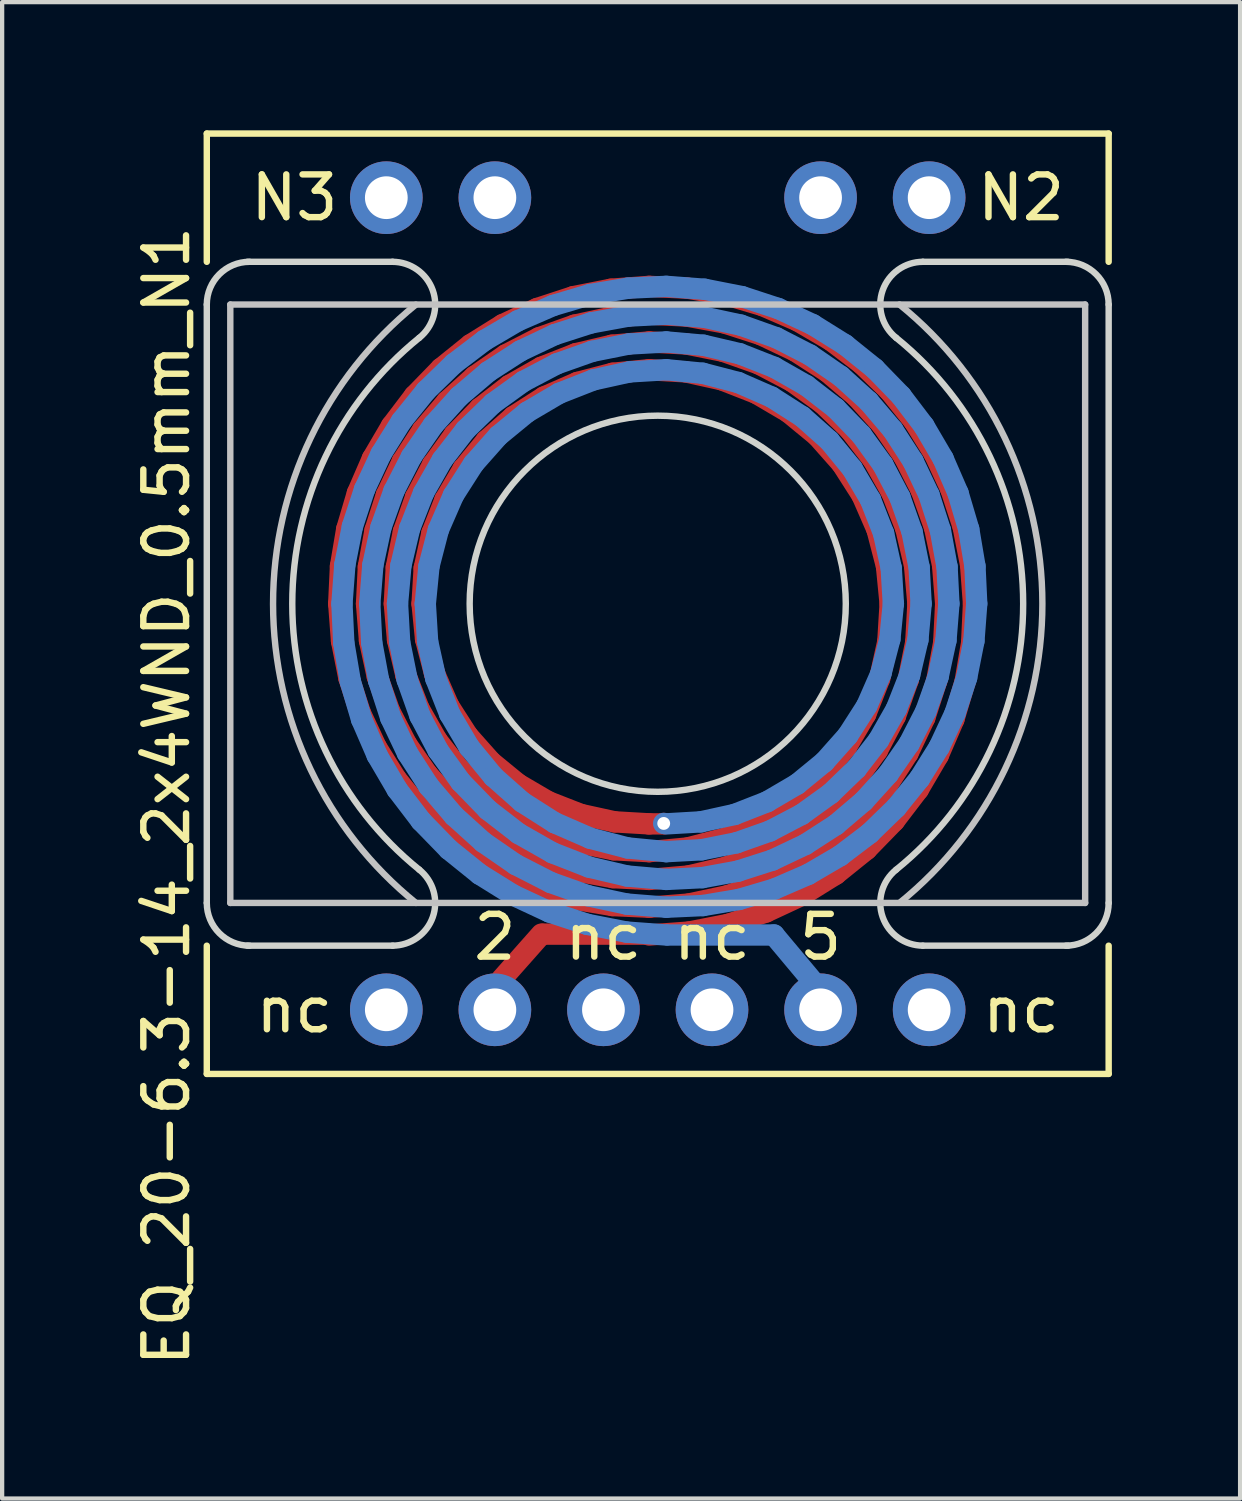
<source format=kicad_pcb>
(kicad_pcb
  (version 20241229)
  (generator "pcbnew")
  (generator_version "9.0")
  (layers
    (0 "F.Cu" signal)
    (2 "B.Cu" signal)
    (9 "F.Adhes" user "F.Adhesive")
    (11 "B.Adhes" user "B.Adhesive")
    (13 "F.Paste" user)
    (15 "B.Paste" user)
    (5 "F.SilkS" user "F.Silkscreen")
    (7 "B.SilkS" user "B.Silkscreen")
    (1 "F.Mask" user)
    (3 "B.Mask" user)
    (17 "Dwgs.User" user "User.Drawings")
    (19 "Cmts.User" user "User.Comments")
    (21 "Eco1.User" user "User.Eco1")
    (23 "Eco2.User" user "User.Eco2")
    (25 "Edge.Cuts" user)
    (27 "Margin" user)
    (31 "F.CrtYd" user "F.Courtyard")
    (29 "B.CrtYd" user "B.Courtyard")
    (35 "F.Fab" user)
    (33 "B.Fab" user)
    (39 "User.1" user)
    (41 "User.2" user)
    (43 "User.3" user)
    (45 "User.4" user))
  (footprint "EQ_20-6.3-14_2x4WND_0.5mm_N1"
    (layer "F.Cu")
    (at 12.338 11.075)
    (property "Reference" "EQ_20-6.3-14_2x4WND_0.5mm_N1" (at -11.49 4.5 90) (layer "F.SilkS") (effects (font (size 1 1) (thickness 0.15))))
    (attr through_hole)
    (fp_line (start -7.463 0) (end -7.422 -0.877) (stroke (width 0.5) (type solid)) (layer "F.Cu"))
    (fp_line (start -7.422 -0.877) (end -7.276 -1.744) (stroke (width 0.5) (type solid)) (layer "F.Cu"))
    (fp_line (start -7.397 0.874) (end -7.463 0) (stroke (width 0.5) (type solid)) (layer "F.Cu"))
    (fp_line (start -7.276 -1.744) (end -7.026 -2.589) (stroke (width 0.5) (type solid)) (layer "F.Cu"))
    (fp_line (start -7.227 1.732) (end -7.397 0.874) (stroke (width 0.5) (type solid)) (layer "F.Cu"))
    (fp_line (start -7.026 -2.589) (end -6.675 -3.398) (stroke (width 0.5) (type solid)) (layer "F.Cu"))
    (fp_line (start -6.955 2.562) (end -7.227 1.732) (stroke (width 0.5) (type solid)) (layer "F.Cu"))
    (fp_line (start -6.812 0) (end -6.769 -0.865) (stroke (width 0.5) (type solid)) (layer "F.Cu"))
    (fp_line (start -6.769 -0.865) (end -6.613 -1.718) (stroke (width 0.5) (type solid)) (layer "F.Cu"))
    (fp_line (start -6.743 0.861) (end -6.812 0) (stroke (width 0.5) (type solid)) (layer "F.Cu"))
    (fp_line (start -6.675 -3.398) (end -6.228 -4.161) (stroke (width 0.5) (type solid)) (layer "F.Cu"))
    (fp_line (start -6.613 -1.718) (end -6.347 -2.546) (stroke (width 0.5) (type solid)) (layer "F.Cu"))
    (fp_line (start -6.586 3.352) (end -6.955 2.562) (stroke (width 0.5) (type solid)) (layer "F.Cu"))
    (fp_line (start -6.561 1.704) (end -6.743 0.861) (stroke (width 0.5) (type solid)) (layer "F.Cu"))
    (fp_line (start -6.347 -2.546) (end -5.974 -3.333) (stroke (width 0.5) (type solid)) (layer "F.Cu"))
    (fp_line (start -6.272 2.515) (end -6.561 1.704) (stroke (width 0.5) (type solid)) (layer "F.Cu"))
    (fp_line (start -6.228 -4.161) (end -5.692 -4.866) (stroke (width 0.5) (type solid)) (layer "F.Cu"))
    (fp_line (start -6.162 0) (end -6.116 -0.851) (stroke (width 0.5) (type solid)) (layer "F.Cu"))
    (fp_line (start -6.125 4.09) (end -6.586 3.352) (stroke (width 0.5) (type solid)) (layer "F.Cu"))
    (fp_line (start -6.116 -0.851) (end -5.949 -1.688) (stroke (width 0.5) (type solid)) (layer "F.Cu"))
    (fp_line (start -6.087 0.846) (end -6.162 0) (stroke (width 0.5) (type solid)) (layer "F.Cu"))
    (fp_line (start -5.974 -3.333) (end -5.5 -4.067) (stroke (width 0.5) (type solid)) (layer "F.Cu"))
    (fp_line (start -5.949 -1.688) (end -5.664 -2.495) (stroke (width 0.5) (type solid)) (layer "F.Cu"))
    (fp_line (start -5.893 1.672) (end -6.087 0.846) (stroke (width 0.5) (type solid)) (layer "F.Cu"))
    (fp_line (start -5.88 3.279) (end -6.272 2.515) (stroke (width 0.5) (type solid)) (layer "F.Cu"))
    (fp_line (start -5.692 -4.866) (end -5.074 -5.502) (stroke (width 0.5) (type solid)) (layer "F.Cu"))
    (fp_line (start -5.664 -2.495) (end -5.266 -3.256) (stroke (width 0.5) (type solid)) (layer "F.Cu"))
    (fp_line (start -5.583 2.459) (end -5.893 1.672) (stroke (width 0.5) (type solid)) (layer "F.Cu"))
    (fp_line (start -5.58 4.766) (end -6.125 4.09) (stroke (width 0.5) (type solid)) (layer "F.Cu"))
    (fp_line (start -5.513 0) (end -5.463 -0.834) (stroke (width 0.5) (type solid)) (layer "F.Cu"))
    (fp_line (start -5.5 -4.067) (end -4.933 -4.733) (stroke (width 0.5) (type solid)) (layer "F.Cu"))
    (fp_line (start -5.463 -0.834) (end -5.283 -1.652) (stroke (width 0.5) (type solid)) (layer "F.Cu"))
    (fp_line (start -5.431 0.829) (end -5.513 0) (stroke (width 0.5) (type solid)) (layer "F.Cu"))
    (fp_line (start -5.392 3.984) (end -5.88 3.279) (stroke (width 0.5) (type solid)) (layer "F.Cu"))
    (fp_line (start -5.283 -1.652) (end -4.977 -2.434) (stroke (width 0.5) (type solid)) (layer "F.Cu"))
    (fp_line (start -5.266 -3.256) (end -4.762 -3.953) (stroke (width 0.5) (type solid)) (layer "F.Cu"))
    (fp_line (start -5.222 1.632) (end -5.431 0.829) (stroke (width 0.5) (type solid)) (layer "F.Cu"))
    (fp_line (start -5.166 3.192) (end -5.583 2.459) (stroke (width 0.5) (type solid)) (layer "F.Cu"))
    (fp_line (start -5.074 -5.502) (end -4.382 -6.059) (stroke (width 0.5) (type solid)) (layer "F.Cu"))
    (fp_line (start -4.977 -2.434) (end -4.55 -3.161) (stroke (width 0.5) (type solid)) (layer "F.Cu"))
    (fp_line (start -4.958 5.371) (end -5.58 4.766) (stroke (width 0.5) (type solid)) (layer "F.Cu"))
    (fp_line (start -4.933 -4.733) (end -4.283 -5.321) (stroke (width 0.5) (type solid)) (layer "F.Cu"))
    (fp_line (start -4.89 2.39) (end -5.222 1.632) (stroke (width 0.5) (type solid)) (layer "F.Cu"))
    (fp_line (start -4.818 4.618) (end -5.392 3.984) (stroke (width 0.5) (type solid)) (layer "F.Cu"))
    (fp_line (start -4.762 -3.953) (end -4.163 -4.573) (stroke (width 0.5) (type solid)) (layer "F.Cu"))
    (fp_line (start -4.65 3.856) (end -5.166 3.192) (stroke (width 0.5) (type solid)) (layer "F.Cu"))
    (fp_line (start -4.55 -3.161) (end -4.014 -3.814) (stroke (width 0.5) (type solid)) (layer "F.Cu"))
    (fp_line (start -4.445 3.084) (end -4.89 2.39) (stroke (width 0.5) (type solid)) (layer "F.Cu"))
    (fp_line (start -4.382 -6.059) (end -3.627 -6.53) (stroke (width 0.5) (type solid)) (layer "F.Cu"))
    (fp_line (start -4.283 -5.321) (end -3.56 -5.82) (stroke (width 0.5) (type solid)) (layer "F.Cu"))
    (fp_line (start -4.269 5.895) (end -4.958 5.371) (stroke (width 0.5) (type solid)) (layer "F.Cu"))
    (fp_line (start -4.168 5.171) (end -4.818 4.618) (stroke (width 0.5) (type solid)) (layer "F.Cu"))
    (fp_line (start -4.163 -4.573) (end -3.479 -5.103) (stroke (width 0.5) (type solid)) (layer "F.Cu"))
    (fp_line (start -4.047 4.439) (end -4.65 3.856) (stroke (width 0.5) (type solid)) (layer "F.Cu"))
    (fp_line (start -4.014 -3.814) (end -3.38 -4.377) (stroke (width 0.5) (type solid)) (layer "F.Cu"))
    (fp_line (start -3.899 3.699) (end -4.445 3.084) (stroke (width 0.5) (type solid)) (layer "F.Cu"))
    (fp_line (start -3.627 -6.53) (end -2.82 -6.907) (stroke (width 0.5) (type solid)) (layer "F.Cu"))
    (fp_line (start -3.56 -5.82) (end -2.777 -6.222) (stroke (width 0.5) (type solid)) (layer "F.Cu"))
    (fp_line (start -3.523 6.331) (end -4.269 5.895) (stroke (width 0.5) (type solid)) (layer "F.Cu"))
    (fp_line (start -3.479 -5.103) (end -2.726 -5.531) (stroke (width 0.5) (type solid)) (layer "F.Cu"))
    (fp_line (start -3.452 5.633) (end -4.168 5.171) (stroke (width 0.5) (type solid)) (layer "F.Cu"))
    (fp_line (start -3.38 -4.377) (end -2.663 -4.835) (stroke (width 0.5) (type solid)) (layer "F.Cu"))
    (fp_line (start -3.368 4.929) (end -4.047 4.439) (stroke (width 0.5) (type solid)) (layer "F.Cu"))
    (fp_line (start -3.265 4.219) (end -3.899 3.699) (stroke (width 0.5) (type solid)) (layer "F.Cu"))
    (fp_line (start -2.82 -6.907) (end -1.971 -7.185) (stroke (width 0.5) (type solid)) (layer "F.Cu"))
    (fp_line (start -2.777 -6.222) (end -1.946 -6.518) (stroke (width 0.5) (type solid)) (layer "F.Cu"))
    (fp_line (start -2.731 6.674) (end -3.523 6.331) (stroke (width 0.5) (type solid)) (layer "F.Cu"))
    (fp_line (start -2.726 -5.531) (end -1.917 -5.849) (stroke (width 0.5) (type solid)) (layer "F.Cu"))
    (fp_line (start -2.72 7.73) (end -3.65 8.78) (stroke (width 0.5) (type solid)) (layer "F.Cu"))
    (fp_line (start -2.684 5.997) (end -3.452 5.633) (stroke (width 0.5) (type solid)) (layer "F.Cu"))
    (fp_line (start -2.663 -4.835) (end -1.882 -5.176) (stroke (width 0.5) (type solid)) (layer "F.Cu"))
    (fp_line (start -2.628 5.316) (end -3.368 4.929) (stroke (width 0.5) (type solid)) (layer "F.Cu"))
    (fp_line (start -2.56 4.632) (end -3.265 4.219) (stroke (width 0.5) (type solid)) (layer "F.Cu"))
    (fp_line (start -1.971 -7.185) (end -1.093 -7.358) (stroke (width 0.5) (type solid)) (layer "F.Cu"))
    (fp_line (start -1.946 -6.518) (end -1.083 -6.704) (stroke (width 0.5) (type solid)) (layer "F.Cu"))
    (fp_line (start -1.917 -5.849) (end -1.07 -6.048) (stroke (width 0.5) (type solid)) (layer "F.Cu"))
    (fp_line (start -1.905 6.918) (end -2.731 6.674) (stroke (width 0.5) (type solid)) (layer "F.Cu"))
    (fp_line (start -1.882 -5.176) (end -1.054 -5.392) (stroke (width 0.5) (type solid)) (layer "F.Cu"))
    (fp_line (start -1.876 6.256) (end -2.684 5.997) (stroke (width 0.5) (type solid)) (layer "F.Cu"))
    (fp_line (start -1.842 5.593) (end -2.628 5.316) (stroke (width 0.5) (type solid)) (layer "F.Cu"))
    (fp_line (start -1.801 4.929) (end -2.56 4.632) (stroke (width 0.5) (type solid)) (layer "F.Cu"))
    (fp_line (start -1.093 -7.358) (end -0.2 -7.425) (stroke (width 0.5) (type solid)) (layer "F.Cu"))
    (fp_line (start -1.083 -6.704) (end -0.2 -6.775) (stroke (width 0.5) (type solid)) (layer "F.Cu"))
    (fp_line (start -1.07 -6.048) (end -0.2 -6.125) (stroke (width 0.5) (type solid)) (layer "F.Cu"))
    (fp_line (start -1.057 7.061) (end -1.905 6.918) (stroke (width 0.5) (type solid)) (layer "F.Cu"))
    (fp_line (start -1.054 -5.392) (end -0.2 -5.475) (stroke (width 0.5) (type solid)) (layer "F.Cu"))
    (fp_line (start -1.044 6.408) (end -1.876 6.256) (stroke (width 0.5) (type solid)) (layer "F.Cu"))
    (fp_line (start -1.028 5.756) (end -1.842 5.593) (stroke (width 0.5) (type solid)) (layer "F.Cu"))
    (fp_line (start -1.008 5.103) (end -1.801 4.929) (stroke (width 0.5) (type solid)) (layer "F.Cu"))
    (fp_line (start -0.22 7.73) (end -2.68 7.73) (stroke (width 0.5) (type solid)) (layer "F.Cu"))
    (fp_line (start -0.21 5.15) (end 0.14 5.15) (stroke (width 0.5) (type solid)) (layer "F.Cu"))
    (fp_line (start -0.2 -7.425) (end 0.696 -7.383) (stroke (width 0.5) (type solid)) (layer "F.Cu"))
    (fp_line (start -0.2 -6.775) (end 0.686 -6.73) (stroke (width 0.5) (type solid)) (layer "F.Cu"))
    (fp_line (start -0.2 -6.125) (end 0.674 -6.077) (stroke (width 0.5) (type solid)) (layer "F.Cu"))
    (fp_line (start -0.2 -5.475) (end 0.659 -5.424) (stroke (width 0.5) (type solid)) (layer "F.Cu"))
    (fp_line (start -0.2 5.15) (end -1.008 5.103) (stroke (width 0.5) (type solid)) (layer "F.Cu"))
    (fp_line (start -0.2 5.8) (end -1.028 5.756) (stroke (width 0.5) (type solid)) (layer "F.Cu"))
    (fp_line (start -0.2 6.45) (end -1.044 6.408) (stroke (width 0.5) (type solid)) (layer "F.Cu"))
    (fp_line (start -0.2 7.1) (end -1.057 7.061) (stroke (width 0.5) (type solid)) (layer "F.Cu"))
    (fp_line (start 0.659 -5.424) (end 1.502 -5.238) (stroke (width 0.5) (type solid)) (layer "F.Cu"))
    (fp_line (start 0.674 -6.077) (end 1.534 -5.905) (stroke (width 0.5) (type solid)) (layer "F.Cu"))
    (fp_line (start 0.686 -6.73) (end 1.561 -6.57) (stroke (width 0.5) (type solid)) (layer "F.Cu"))
    (fp_line (start 0.696 -7.383) (end 1.583 -7.234) (stroke (width 0.5) (type solid)) (layer "F.Cu"))
    (fp_line (start 0.705 5.713) (end -0.2 5.8) (stroke (width 0.5) (type solid)) (layer "F.Cu"))
    (fp_line (start 0.716 6.37) (end -0.2 6.45) (stroke (width 0.5) (type solid)) (layer "F.Cu"))
    (fp_line (start 0.725 7.026) (end -0.2 7.1) (stroke (width 0.5) (type solid)) (layer "F.Cu"))
    (fp_line (start 0.733 7.681) (end -0.2 7.75) (stroke (width 0.5) (type solid)) (layer "F.Cu"))
    (fp_line (start 1.502 -5.238) (end 2.308 -4.922) (stroke (width 0.5) (type solid)) (layer "F.Cu"))
    (fp_line (start 1.534 -5.905) (end 2.363 -5.612) (stroke (width 0.5) (type solid)) (layer "F.Cu"))
    (fp_line (start 1.561 -6.57) (end 2.408 -6.297) (stroke (width 0.5) (type solid)) (layer "F.Cu"))
    (fp_line (start 1.582 5.485) (end 0.705 5.713) (stroke (width 0.5) (type solid)) (layer "F.Cu"))
    (fp_line (start 1.583 -7.234) (end 2.446 -6.978) (stroke (width 0.5) (type solid)) (layer "F.Cu"))
    (fp_line (start 1.609 6.16) (end 0.716 6.37) (stroke (width 0.5) (type solid)) (layer "F.Cu"))
    (fp_line (start 1.631 6.832) (end 0.725 7.026) (stroke (width 0.5) (type solid)) (layer "F.Cu"))
    (fp_line (start 1.649 7.501) (end 0.733 7.681) (stroke (width 0.5) (type solid)) (layer "F.Cu"))
    (fp_line (start 2.308 -4.922) (end 3.056 -4.482) (stroke (width 0.5) (type solid)) (layer "F.Cu"))
    (fp_line (start 2.363 -5.612) (end 3.143 -5.202) (stroke (width 0.5) (type solid)) (layer "F.Cu"))
    (fp_line (start 2.408 -6.297) (end 3.215 -5.914) (stroke (width 0.5) (type solid)) (layer "F.Cu"))
    (fp_line (start 2.411 5.124) (end 1.582 5.485) (stroke (width 0.5) (type solid)) (layer "F.Cu"))
    (fp_line (start 2.446 -6.978) (end 3.274 -6.619) (stroke (width 0.5) (type solid)) (layer "F.Cu"))
    (fp_line (start 2.461 5.827) (end 1.609 6.16) (stroke (width 0.5) (type solid)) (layer "F.Cu"))
    (fp_line (start 2.502 6.522) (end 1.631 6.832) (stroke (width 0.5) (type solid)) (layer "F.Cu"))
    (fp_line (start 2.535 7.211) (end 1.649 7.501) (stroke (width 0.5) (type solid)) (layer "F.Cu"))
    (fp_line (start 3.056 -4.482) (end 3.729 -3.929) (stroke (width 0.5) (type solid)) (layer "F.Cu"))
    (fp_line (start 3.143 -5.202) (end 3.859 -4.685) (stroke (width 0.5) (type solid)) (layer "F.Cu"))
    (fp_line (start 3.171 4.64) (end 2.411 5.124) (stroke (width 0.5) (type solid)) (layer "F.Cu"))
    (fp_line (start 3.215 -5.914) (end 3.966 -5.429) (stroke (width 0.5) (type solid)) (layer "F.Cu"))
    (fp_line (start 3.255 5.376) (end 2.461 5.827) (stroke (width 0.5) (type solid)) (layer "F.Cu"))
    (fp_line (start 3.274 -6.619) (end 4.053 -6.162) (stroke (width 0.5) (type solid)) (layer "F.Cu"))
    (fp_line (start 3.323 6.102) (end 2.502 6.522) (stroke (width 0.5) (type solid)) (layer "F.Cu"))
    (fp_line (start 3.378 6.818) (end 2.535 7.211) (stroke (width 0.5) (type solid)) (layer "F.Cu"))
    (fp_line (start 3.729 -3.929) (end 4.308 -3.275) (stroke (width 0.5) (type solid)) (layer "F.Cu"))
    (fp_line (start 3.844 4.044) (end 3.171 4.64) (stroke (width 0.5) (type solid)) (layer "F.Cu"))
    (fp_line (start 3.859 -4.685) (end 4.496 -4.069) (stroke (width 0.5) (type solid)) (layer "F.Cu"))
    (fp_line (start 3.966 -5.429) (end 4.648 -4.848) (stroke (width 0.5) (type solid)) (layer "F.Cu"))
    (fp_line (start 3.975 4.819) (end 3.255 5.376) (stroke (width 0.5) (type solid)) (layer "F.Cu"))
    (fp_line (start 4.053 -6.162) (end 4.773 -5.614) (stroke (width 0.5) (type solid)) (layer "F.Cu"))
    (fp_line (start 4.081 5.579) (end 3.323 6.102) (stroke (width 0.5) (type solid)) (layer "F.Cu"))
    (fp_line (start 4.167 6.327) (end 3.378 6.818) (stroke (width 0.5) (type solid)) (layer "F.Cu"))
    (fp_line (start 4.308 -3.275) (end 4.78 -2.537) (stroke (width 0.5) (type solid)) (layer "F.Cu"))
    (fp_line (start 4.413 3.352) (end 3.844 4.044) (stroke (width 0.5) (type solid)) (layer "F.Cu"))
    (fp_line (start 4.496 -4.069) (end 5.04 -3.367) (stroke (width 0.5) (type solid)) (layer "F.Cu"))
    (fp_line (start 4.608 4.166) (end 3.975 4.819) (stroke (width 0.5) (type solid)) (layer "F.Cu"))
    (fp_line (start 4.648 -4.848) (end 5.25 -4.182) (stroke (width 0.5) (type solid)) (layer "F.Cu"))
    (fp_line (start 4.763 4.963) (end 4.081 5.579) (stroke (width 0.5) (type solid)) (layer "F.Cu"))
    (fp_line (start 4.773 -5.614) (end 5.423 -4.982) (stroke (width 0.5) (type solid)) (layer "F.Cu"))
    (fp_line (start 4.78 -2.537) (end 5.131 -1.732) (stroke (width 0.5) (type solid)) (layer "F.Cu"))
    (fp_line (start 4.866 2.582) (end 4.413 3.352) (stroke (width 0.5) (type solid)) (layer "F.Cu"))
    (fp_line (start 4.889 5.745) (end 4.167 6.327) (stroke (width 0.5) (type solid)) (layer "F.Cu"))
    (fp_line (start 5.04 -3.367) (end 5.479 -2.594) (stroke (width 0.5) (type solid)) (layer "F.Cu"))
    (fp_line (start 5.131 -1.732) (end 5.352 -0.879) (stroke (width 0.5) (type solid)) (layer "F.Cu"))
    (fp_line (start 5.139 3.431) (end 4.608 4.166) (stroke (width 0.5) (type solid)) (layer "F.Cu"))
    (fp_line (start 5.192 1.752) (end 4.866 2.582) (stroke (width 0.5) (type solid)) (layer "F.Cu"))
    (fp_line (start 5.25 -4.182) (end 5.761 -3.442) (stroke (width 0.5) (type solid)) (layer "F.Cu"))
    (fp_line (start 5.352 -0.879) (end 5.438 0) (stroke (width 0.5) (type solid)) (layer "F.Cu"))
    (fp_line (start 5.358 4.265) (end 4.763 4.963) (stroke (width 0.5) (type solid)) (layer "F.Cu"))
    (fp_line (start 5.384 0.884) (end 5.192 1.752) (stroke (width 0.5) (type solid)) (layer "F.Cu"))
    (fp_line (start 5.423 -4.982) (end 5.993 -4.275) (stroke (width 0.5) (type solid)) (layer "F.Cu"))
    (fp_line (start 5.438 0) (end 5.384 0.884) (stroke (width 0.5) (type solid)) (layer "F.Cu"))
    (fp_line (start 5.479 -2.594) (end 5.804 -1.763) (stroke (width 0.5) (type solid)) (layer "F.Cu"))
    (fp_line (start 5.535 5.081) (end 4.889 5.745) (stroke (width 0.5) (type solid)) (layer "F.Cu"))
    (fp_line (start 5.56 2.63) (end 5.139 3.431) (stroke (width 0.5) (type solid)) (layer "F.Cu"))
    (fp_line (start 5.761 -3.442) (end 6.172 -2.639) (stroke (width 0.5) (type solid)) (layer "F.Cu"))
    (fp_line (start 5.804 -1.763) (end 6.009 -0.893) (stroke (width 0.5) (type solid)) (layer "F.Cu"))
    (fp_line (start 5.855 3.496) (end 5.358 4.265) (stroke (width 0.5) (type solid)) (layer "F.Cu"))
    (fp_line (start 5.861 1.78) (end 5.56 2.63) (stroke (width 0.5) (type solid)) (layer "F.Cu"))
    (fp_line (start 5.993 -4.275) (end 6.474 -3.503) (stroke (width 0.5) (type solid)) (layer "F.Cu"))
    (fp_line (start 6.009 -0.893) (end 6.088 0) (stroke (width 0.5) (type solid)) (layer "F.Cu"))
    (fp_line (start 6.038 0.897) (end 5.861 1.78) (stroke (width 0.5) (type solid)) (layer "F.Cu"))
    (fp_line (start 6.088 0) (end 6.038 0.897) (stroke (width 0.5) (type solid)) (layer "F.Cu"))
    (fp_line (start 6.096 4.346) (end 5.535 5.081) (stroke (width 0.5) (type solid)) (layer "F.Cu"))
    (fp_line (start 6.172 -2.639) (end 6.475 -1.789) (stroke (width 0.5) (type solid)) (layer "F.Cu"))
    (fp_line (start 6.247 2.67) (end 5.855 3.496) (stroke (width 0.5) (type solid)) (layer "F.Cu"))
    (fp_line (start 6.474 -3.503) (end 6.859 -2.677) (stroke (width 0.5) (type solid)) (layer "F.Cu"))
    (fp_line (start 6.475 -1.789) (end 6.665 -0.904) (stroke (width 0.5) (type solid)) (layer "F.Cu"))
    (fp_line (start 6.527 1.803) (end 6.247 2.67) (stroke (width 0.5) (type solid)) (layer "F.Cu"))
    (fp_line (start 6.563 3.549) (end 6.096 4.346) (stroke (width 0.5) (type solid)) (layer "F.Cu"))
    (fp_line (start 6.665 -0.904) (end 6.737 0) (stroke (width 0.5) (type solid)) (layer "F.Cu"))
    (fp_line (start 6.692 0.907) (end 6.527 1.803) (stroke (width 0.5) (type solid)) (layer "F.Cu"))
    (fp_line (start 6.737 0) (end 6.692 0.907) (stroke (width 0.5) (type solid)) (layer "F.Cu"))
    (fp_line (start 6.859 -2.677) (end 7.143 -1.81) (stroke (width 0.5) (type solid)) (layer "F.Cu"))
    (fp_line (start 6.929 2.704) (end 6.563 3.549) (stroke (width 0.5) (type solid)) (layer "F.Cu"))
    (fp_line (start 7.143 -1.81) (end 7.32 -0.913) (stroke (width 0.5) (type solid)) (layer "F.Cu"))
    (fp_line (start 7.191 1.822) (end 6.929 2.704) (stroke (width 0.5) (type solid)) (layer "F.Cu"))
    (fp_line (start 7.32 -0.913) (end 7.388 0) (stroke (width 0.5) (type solid)) (layer "F.Cu"))
    (fp_line (start 7.345 0.916) (end 7.191 1.822) (stroke (width 0.5) (type solid)) (layer "F.Cu"))
    (fp_line (start 7.388 0) (end 7.345 0.916) (stroke (width 0.5) (type solid)) (layer "F.Cu"))
    (fp_line (start -7.388 0) (end -7.345 0.916) (stroke (width 0.5) (type solid)) (layer "B.Cu"))
    (fp_line (start -7.345 0.916) (end -7.191 1.822) (stroke (width 0.5) (type solid)) (layer "B.Cu"))
    (fp_line (start -7.32 -0.913) (end -7.388 0) (stroke (width 0.5) (type solid)) (layer "B.Cu"))
    (fp_line (start -7.191 1.822) (end -6.929 2.704) (stroke (width 0.5) (type solid)) (layer "B.Cu"))
    (fp_line (start -7.143 -1.81) (end -7.32 -0.913) (stroke (width 0.5) (type solid)) (layer "B.Cu"))
    (fp_line (start -6.929 2.704) (end -6.563 3.549) (stroke (width 0.5) (type solid)) (layer "B.Cu"))
    (fp_line (start -6.859 -2.677) (end -7.143 -1.81) (stroke (width 0.5) (type solid)) (layer "B.Cu"))
    (fp_line (start -6.737 0) (end -6.692 0.907) (stroke (width 0.5) (type solid)) (layer "B.Cu"))
    (fp_line (start -6.692 0.907) (end -6.527 1.803) (stroke (width 0.5) (type solid)) (layer "B.Cu"))
    (fp_line (start -6.665 -0.904) (end -6.737 0) (stroke (width 0.5) (type solid)) (layer "B.Cu"))
    (fp_line (start -6.563 3.549) (end -6.096 4.346) (stroke (width 0.5) (type solid)) (layer "B.Cu"))
    (fp_line (start -6.527 1.803) (end -6.247 2.67) (stroke (width 0.5) (type solid)) (layer "B.Cu"))
    (fp_line (start -6.475 -1.789) (end -6.665 -0.904) (stroke (width 0.5) (type solid)) (layer "B.Cu"))
    (fp_line (start -6.474 -3.503) (end -6.859 -2.677) (stroke (width 0.5) (type solid)) (layer "B.Cu"))
    (fp_line (start -6.247 2.67) (end -5.855 3.496) (stroke (width 0.5) (type solid)) (layer "B.Cu"))
    (fp_line (start -6.172 -2.639) (end -6.475 -1.789) (stroke (width 0.5) (type solid)) (layer "B.Cu"))
    (fp_line (start -6.096 4.346) (end -5.535 5.081) (stroke (width 0.5) (type solid)) (layer "B.Cu"))
    (fp_line (start -6.088 0) (end -6.038 0.897) (stroke (width 0.5) (type solid)) (layer "B.Cu"))
    (fp_line (start -6.038 0.897) (end -5.861 1.78) (stroke (width 0.5) (type solid)) (layer "B.Cu"))
    (fp_line (start -6.009 -0.893) (end -6.088 0) (stroke (width 0.5) (type solid)) (layer "B.Cu"))
    (fp_line (start -5.993 -4.275) (end -6.474 -3.503) (stroke (width 0.5) (type solid)) (layer "B.Cu"))
    (fp_line (start -5.861 1.78) (end -5.56 2.63) (stroke (width 0.5) (type solid)) (layer "B.Cu"))
    (fp_line (start -5.855 3.496) (end -5.358 4.265) (stroke (width 0.5) (type solid)) (layer "B.Cu"))
    (fp_line (start -5.804 -1.763) (end -6.009 -0.893) (stroke (width 0.5) (type solid)) (layer "B.Cu"))
    (fp_line (start -5.761 -3.442) (end -6.172 -2.639) (stroke (width 0.5) (type solid)) (layer "B.Cu"))
    (fp_line (start -5.56 2.63) (end -5.139 3.431) (stroke (width 0.5) (type solid)) (layer "B.Cu"))
    (fp_line (start -5.535 5.081) (end -4.889 5.745) (stroke (width 0.5) (type solid)) (layer "B.Cu"))
    (fp_line (start -5.479 -2.594) (end -5.804 -1.763) (stroke (width 0.5) (type solid)) (layer "B.Cu"))
    (fp_line (start -5.438 0) (end -5.384 0.884) (stroke (width 0.5) (type solid)) (layer "B.Cu"))
    (fp_line (start -5.423 -4.982) (end -5.993 -4.275) (stroke (width 0.5) (type solid)) (layer "B.Cu"))
    (fp_line (start -5.384 0.884) (end -5.192 1.752) (stroke (width 0.5) (type solid)) (layer "B.Cu"))
    (fp_line (start -5.358 4.265) (end -4.763 4.963) (stroke (width 0.5) (type solid)) (layer "B.Cu"))
    (fp_line (start -5.352 -0.879) (end -5.438 0) (stroke (width 0.5) (type solid)) (layer "B.Cu"))
    (fp_line (start -5.25 -4.182) (end -5.761 -3.442) (stroke (width 0.5) (type solid)) (layer "B.Cu"))
    (fp_line (start -5.192 1.752) (end -4.866 2.582) (stroke (width 0.5) (type solid)) (layer "B.Cu"))
    (fp_line (start -5.139 3.431) (end -4.608 4.166) (stroke (width 0.5) (type solid)) (layer "B.Cu"))
    (fp_line (start -5.131 -1.732) (end -5.352 -0.879) (stroke (width 0.5) (type solid)) (layer "B.Cu"))
    (fp_line (start -5.04 -3.367) (end -5.479 -2.594) (stroke (width 0.5) (type solid)) (layer "B.Cu"))
    (fp_line (start -4.889 5.745) (end -4.167 6.327) (stroke (width 0.5) (type solid)) (layer "B.Cu"))
    (fp_line (start -4.866 2.582) (end -4.413 3.352) (stroke (width 0.5) (type solid)) (layer "B.Cu"))
    (fp_line (start -4.78 -2.537) (end -5.131 -1.732) (stroke (width 0.5) (type solid)) (layer "B.Cu"))
    (fp_line (start -4.773 -5.614) (end -5.423 -4.982) (stroke (width 0.5) (type solid)) (layer "B.Cu"))
    (fp_line (start -4.763 4.963) (end -4.081 5.579) (stroke (width 0.5) (type solid)) (layer "B.Cu"))
    (fp_line (start -4.648 -4.848) (end -5.25 -4.182) (stroke (width 0.5) (type solid)) (layer "B.Cu"))
    (fp_line (start -4.608 4.166) (end -3.975 4.819) (stroke (width 0.5) (type solid)) (layer "B.Cu"))
    (fp_line (start -4.496 -4.069) (end -5.04 -3.367) (stroke (width 0.5) (type solid)) (layer "B.Cu"))
    (fp_line (start -4.413 3.352) (end -3.844 4.044) (stroke (width 0.5) (type solid)) (layer "B.Cu"))
    (fp_line (start -4.308 -3.275) (end -4.78 -2.537) (stroke (width 0.5) (type solid)) (layer "B.Cu"))
    (fp_line (start -4.167 6.327) (end -3.378 6.818) (stroke (width 0.5) (type solid)) (layer "B.Cu"))
    (fp_line (start -4.081 5.579) (end -3.323 6.102) (stroke (width 0.5) (type solid)) (layer "B.Cu"))
    (fp_line (start -4.053 -6.162) (end -4.773 -5.614) (stroke (width 0.5) (type solid)) (layer "B.Cu"))
    (fp_line (start -3.975 4.819) (end -3.255 5.376) (stroke (width 0.5) (type solid)) (layer "B.Cu"))
    (fp_line (start -3.966 -5.429) (end -4.648 -4.848) (stroke (width 0.5) (type solid)) (layer "B.Cu"))
    (fp_line (start -3.859 -4.685) (end -4.496 -4.069) (stroke (width 0.5) (type solid)) (layer "B.Cu"))
    (fp_line (start -3.844 4.044) (end -3.171 4.64) (stroke (width 0.5) (type solid)) (layer "B.Cu"))
    (fp_line (start -3.729 -3.929) (end -4.308 -3.275) (stroke (width 0.5) (type solid)) (layer "B.Cu"))
    (fp_line (start -3.378 6.818) (end -2.535 7.211) (stroke (width 0.5) (type solid)) (layer "B.Cu"))
    (fp_line (start -3.323 6.102) (end -2.502 6.522) (stroke (width 0.5) (type solid)) (layer "B.Cu"))
    (fp_line (start -3.274 -6.619) (end -4.053 -6.162) (stroke (width 0.5) (type solid)) (layer "B.Cu"))
    (fp_line (start -3.255 5.376) (end -2.461 5.827) (stroke (width 0.5) (type solid)) (layer "B.Cu"))
    (fp_line (start -3.215 -5.914) (end -3.966 -5.429) (stroke (width 0.5) (type solid)) (layer "B.Cu"))
    (fp_line (start -3.171 4.64) (end -2.411 5.124) (stroke (width 0.5) (type solid)) (layer "B.Cu"))
    (fp_line (start -3.143 -5.202) (end -3.859 -4.685) (stroke (width 0.5) (type solid)) (layer "B.Cu"))
    (fp_line (start -3.056 -4.482) (end -3.729 -3.929) (stroke (width 0.5) (type solid)) (layer "B.Cu"))
    (fp_line (start -2.535 7.211) (end -1.649 7.501) (stroke (width 0.5) (type solid)) (layer "B.Cu"))
    (fp_line (start -2.502 6.522) (end -1.631 6.832) (stroke (width 0.5) (type solid)) (layer "B.Cu"))
    (fp_line (start -2.461 5.827) (end -1.609 6.16) (stroke (width 0.5) (type solid)) (layer "B.Cu"))
    (fp_line (start -2.446 -6.978) (end -3.274 -6.619) (stroke (width 0.5) (type solid)) (layer "B.Cu"))
    (fp_line (start -2.411 5.124) (end -1.582 5.485) (stroke (width 0.5) (type solid)) (layer "B.Cu"))
    (fp_line (start -2.408 -6.297) (end -3.215 -5.914) (stroke (width 0.5) (type solid)) (layer "B.Cu"))
    (fp_line (start -2.363 -5.612) (end -3.143 -5.202) (stroke (width 0.5) (type solid)) (layer "B.Cu"))
    (fp_line (start -2.308 -4.922) (end -3.056 -4.482) (stroke (width 0.5) (type solid)) (layer "B.Cu"))
    (fp_line (start -1.649 7.501) (end -0.733 7.681) (stroke (width 0.5) (type solid)) (layer "B.Cu"))
    (fp_line (start -1.631 6.832) (end -0.725 7.026) (stroke (width 0.5) (type solid)) (layer "B.Cu"))
    (fp_line (start -1.609 6.16) (end -0.716 6.37) (stroke (width 0.5) (type solid)) (layer "B.Cu"))
    (fp_line (start -1.583 -7.234) (end -2.446 -6.978) (stroke (width 0.5) (type solid)) (layer "B.Cu"))
    (fp_line (start -1.582 5.485) (end -0.705 5.713) (stroke (width 0.5) (type solid)) (layer "B.Cu"))
    (fp_line (start -1.561 -6.57) (end -2.408 -6.297) (stroke (width 0.5) (type solid)) (layer "B.Cu"))
    (fp_line (start -1.534 -5.905) (end -2.363 -5.612) (stroke (width 0.5) (type solid)) (layer "B.Cu"))
    (fp_line (start -1.502 -5.238) (end -2.308 -4.922) (stroke (width 0.5) (type solid)) (layer "B.Cu"))
    (fp_line (start -0.733 7.681) (end 0.2 7.75) (stroke (width 0.5) (type solid)) (layer "B.Cu"))
    (fp_line (start -0.725 7.026) (end 0.2 7.1) (stroke (width 0.5) (type solid)) (layer "B.Cu"))
    (fp_line (start -0.716 6.37) (end 0.2 6.45) (stroke (width 0.5) (type solid)) (layer "B.Cu"))
    (fp_line (start -0.705 5.713) (end 0.2 5.8) (stroke (width 0.5) (type solid)) (layer "B.Cu"))
    (fp_line (start -0.696 -7.383) (end -1.583 -7.234) (stroke (width 0.5) (type solid)) (layer "B.Cu"))
    (fp_line (start -0.686 -6.73) (end -1.561 -6.57) (stroke (width 0.5) (type solid)) (layer "B.Cu"))
    (fp_line (start -0.674 -6.077) (end -1.534 -5.905) (stroke (width 0.5) (type solid)) (layer "B.Cu"))
    (fp_line (start -0.659 -5.424) (end -1.502 -5.238) (stroke (width 0.5) (type solid)) (layer "B.Cu"))
    (fp_line (start 0.2 -7.425) (end -0.696 -7.383) (stroke (width 0.5) (type solid)) (layer "B.Cu"))
    (fp_line (start 0.2 -6.775) (end -0.686 -6.73) (stroke (width 0.5) (type solid)) (layer "B.Cu"))
    (fp_line (start 0.2 -6.125) (end -0.674 -6.077) (stroke (width 0.5) (type solid)) (layer "B.Cu"))
    (fp_line (start 0.2 -5.475) (end -0.659 -5.424) (stroke (width 0.5) (type solid)) (layer "B.Cu"))
    (fp_line (start 0.2 5.15) (end 1.008 5.103) (stroke (width 0.5) (type solid)) (layer "B.Cu"))
    (fp_line (start 0.2 5.8) (end 1.028 5.756) (stroke (width 0.5) (type solid)) (layer "B.Cu"))
    (fp_line (start 0.2 6.45) (end 1.044 6.408) (stroke (width 0.5) (type solid)) (layer "B.Cu"))
    (fp_line (start 0.2 7.1) (end 1.057 7.061) (stroke (width 0.5) (type solid)) (layer "B.Cu"))
    (fp_line (start 0.24 7.75) (end 2.72 7.75) (stroke (width 0.5) (type solid)) (layer "B.Cu"))
    (fp_line (start 1.008 5.103) (end 1.801 4.929) (stroke (width 0.5) (type solid)) (layer "B.Cu"))
    (fp_line (start 1.028 5.756) (end 1.842 5.593) (stroke (width 0.5) (type solid)) (layer "B.Cu"))
    (fp_line (start 1.044 6.408) (end 1.876 6.256) (stroke (width 0.5) (type solid)) (layer "B.Cu"))
    (fp_line (start 1.054 -5.392) (end 0.2 -5.475) (stroke (width 0.5) (type solid)) (layer "B.Cu"))
    (fp_line (start 1.057 7.061) (end 1.905 6.918) (stroke (width 0.5) (type solid)) (layer "B.Cu"))
    (fp_line (start 1.07 -6.048) (end 0.2 -6.125) (stroke (width 0.5) (type solid)) (layer "B.Cu"))
    (fp_line (start 1.083 -6.704) (end 0.2 -6.775) (stroke (width 0.5) (type solid)) (layer "B.Cu"))
    (fp_line (start 1.093 -7.358) (end 0.2 -7.425) (stroke (width 0.5) (type solid)) (layer "B.Cu"))
    (fp_line (start 1.801 4.929) (end 2.56 4.632) (stroke (width 0.5) (type solid)) (layer "B.Cu"))
    (fp_line (start 1.842 5.593) (end 2.628 5.316) (stroke (width 0.5) (type solid)) (layer "B.Cu"))
    (fp_line (start 1.876 6.256) (end 2.684 5.997) (stroke (width 0.5) (type solid)) (layer "B.Cu"))
    (fp_line (start 1.882 -5.176) (end 1.054 -5.392) (stroke (width 0.5) (type solid)) (layer "B.Cu"))
    (fp_line (start 1.905 6.918) (end 2.731 6.674) (stroke (width 0.5) (type solid)) (layer "B.Cu"))
    (fp_line (start 1.917 -5.849) (end 1.07 -6.048) (stroke (width 0.5) (type solid)) (layer "B.Cu"))
    (fp_line (start 1.946 -6.518) (end 1.083 -6.704) (stroke (width 0.5) (type solid)) (layer "B.Cu"))
    (fp_line (start 1.971 -7.185) (end 1.093 -7.358) (stroke (width 0.5) (type solid)) (layer "B.Cu"))
    (fp_line (start 2.56 4.632) (end 3.265 4.219) (stroke (width 0.5) (type solid)) (layer "B.Cu"))
    (fp_line (start 2.628 5.316) (end 3.368 4.929) (stroke (width 0.5) (type solid)) (layer "B.Cu"))
    (fp_line (start 2.663 -4.835) (end 1.882 -5.176) (stroke (width 0.5) (type solid)) (layer "B.Cu"))
    (fp_line (start 2.684 5.997) (end 3.452 5.633) (stroke (width 0.5) (type solid)) (layer "B.Cu"))
    (fp_line (start 2.72 7.75) (end 3.59 8.79) (stroke (width 0.5) (type solid)) (layer "B.Cu"))
    (fp_line (start 2.726 -5.531) (end 1.917 -5.849) (stroke (width 0.5) (type solid)) (layer "B.Cu"))
    (fp_line (start 2.731 6.674) (end 3.523 6.331) (stroke (width 0.5) (type solid)) (layer "B.Cu"))
    (fp_line (start 2.777 -6.222) (end 1.946 -6.518) (stroke (width 0.5) (type solid)) (layer "B.Cu"))
    (fp_line (start 2.82 -6.907) (end 1.971 -7.185) (stroke (width 0.5) (type solid)) (layer "B.Cu"))
    (fp_line (start 3.265 4.219) (end 3.899 3.699) (stroke (width 0.5) (type solid)) (layer "B.Cu"))
    (fp_line (start 3.368 4.929) (end 4.047 4.439) (stroke (width 0.5) (type solid)) (layer "B.Cu"))
    (fp_line (start 3.38 -4.377) (end 2.663 -4.835) (stroke (width 0.5) (type solid)) (layer "B.Cu"))
    (fp_line (start 3.452 5.633) (end 4.168 5.171) (stroke (width 0.5) (type solid)) (layer "B.Cu"))
    (fp_line (start 3.479 -5.103) (end 2.726 -5.531) (stroke (width 0.5) (type solid)) (layer "B.Cu"))
    (fp_line (start 3.523 6.331) (end 4.269 5.895) (stroke (width 0.5) (type solid)) (layer "B.Cu"))
    (fp_line (start 3.56 -5.82) (end 2.777 -6.222) (stroke (width 0.5) (type solid)) (layer "B.Cu"))
    (fp_line (start 3.627 -6.53) (end 2.82 -6.907) (stroke (width 0.5) (type solid)) (layer "B.Cu"))
    (fp_line (start 3.899 3.699) (end 4.445 3.084) (stroke (width 0.5) (type solid)) (layer "B.Cu"))
    (fp_line (start 4.014 -3.814) (end 3.38 -4.377) (stroke (width 0.5) (type solid)) (layer "B.Cu"))
    (fp_line (start 4.047 4.439) (end 4.65 3.856) (stroke (width 0.5) (type solid)) (layer "B.Cu"))
    (fp_line (start 4.163 -4.573) (end 3.479 -5.103) (stroke (width 0.5) (type solid)) (layer "B.Cu"))
    (fp_line (start 4.168 5.171) (end 4.818 4.618) (stroke (width 0.5) (type solid)) (layer "B.Cu"))
    (fp_line (start 4.269 5.895) (end 4.958 5.371) (stroke (width 0.5) (type solid)) (layer "B.Cu"))
    (fp_line (start 4.283 -5.321) (end 3.56 -5.82) (stroke (width 0.5) (type solid)) (layer "B.Cu"))
    (fp_line (start 4.382 -6.059) (end 3.627 -6.53) (stroke (width 0.5) (type solid)) (layer "B.Cu"))
    (fp_line (start 4.445 3.084) (end 4.89 2.39) (stroke (width 0.5) (type solid)) (layer "B.Cu"))
    (fp_line (start 4.55 -3.161) (end 4.014 -3.814) (stroke (width 0.5) (type solid)) (layer "B.Cu"))
    (fp_line (start 4.65 3.856) (end 5.166 3.192) (stroke (width 0.5) (type solid)) (layer "B.Cu"))
    (fp_line (start 4.762 -3.953) (end 4.163 -4.573) (stroke (width 0.5) (type solid)) (layer "B.Cu"))
    (fp_line (start 4.818 4.618) (end 5.392 3.984) (stroke (width 0.5) (type solid)) (layer "B.Cu"))
    (fp_line (start 4.89 2.39) (end 5.222 1.632) (stroke (width 0.5) (type solid)) (layer "B.Cu"))
    (fp_line (start 4.933 -4.733) (end 4.283 -5.321) (stroke (width 0.5) (type solid)) (layer "B.Cu"))
    (fp_line (start 4.958 5.371) (end 5.58 4.766) (stroke (width 0.5) (type solid)) (layer "B.Cu"))
    (fp_line (start 4.977 -2.434) (end 4.55 -3.161) (stroke (width 0.5) (type solid)) (layer "B.Cu"))
    (fp_line (start 5.074 -5.502) (end 4.382 -6.059) (stroke (width 0.5) (type solid)) (layer "B.Cu"))
    (fp_line (start 5.166 3.192) (end 5.583 2.459) (stroke (width 0.5) (type solid)) (layer "B.Cu"))
    (fp_line (start 5.222 1.632) (end 5.431 0.829) (stroke (width 0.5) (type solid)) (layer "B.Cu"))
    (fp_line (start 5.266 -3.256) (end 4.762 -3.953) (stroke (width 0.5) (type solid)) (layer "B.Cu"))
    (fp_line (start 5.283 -1.652) (end 4.977 -2.434) (stroke (width 0.5) (type solid)) (layer "B.Cu"))
    (fp_line (start 5.392 3.984) (end 5.88 3.279) (stroke (width 0.5) (type solid)) (layer "B.Cu"))
    (fp_line (start 5.431 0.829) (end 5.513 0) (stroke (width 0.5) (type solid)) (layer "B.Cu"))
    (fp_line (start 5.463 -0.834) (end 5.283 -1.652) (stroke (width 0.5) (type solid)) (layer "B.Cu"))
    (fp_line (start 5.5 -4.067) (end 4.933 -4.733) (stroke (width 0.5) (type solid)) (layer "B.Cu"))
    (fp_line (start 5.513 0) (end 5.463 -0.834) (stroke (width 0.5) (type solid)) (layer "B.Cu"))
    (fp_line (start 5.58 4.766) (end 6.125 4.09) (stroke (width 0.5) (type solid)) (layer "B.Cu"))
    (fp_line (start 5.583 2.459) (end 5.893 1.672) (stroke (width 0.5) (type solid)) (layer "B.Cu"))
    (fp_line (start 5.664 -2.495) (end 5.266 -3.256) (stroke (width 0.5) (type solid)) (layer "B.Cu"))
    (fp_line (start 5.692 -4.866) (end 5.074 -5.502) (stroke (width 0.5) (type solid)) (layer "B.Cu"))
    (fp_line (start 5.88 3.279) (end 6.272 2.515) (stroke (width 0.5) (type solid)) (layer "B.Cu"))
    (fp_line (start 5.893 1.672) (end 6.087 0.846) (stroke (width 0.5) (type solid)) (layer "B.Cu"))
    (fp_line (start 5.949 -1.688) (end 5.664 -2.495) (stroke (width 0.5) (type solid)) (layer "B.Cu"))
    (fp_line (start 5.974 -3.333) (end 5.5 -4.067) (stroke (width 0.5) (type solid)) (layer "B.Cu"))
    (fp_line (start 6.087 0.846) (end 6.162 0) (stroke (width 0.5) (type solid)) (layer "B.Cu"))
    (fp_line (start 6.116 -0.851) (end 5.949 -1.688) (stroke (width 0.5) (type solid)) (layer "B.Cu"))
    (fp_line (start 6.125 4.09) (end 6.586 3.352) (stroke (width 0.5) (type solid)) (layer "B.Cu"))
    (fp_line (start 6.162 0) (end 6.116 -0.851) (stroke (width 0.5) (type solid)) (layer "B.Cu"))
    (fp_line (start 6.228 -4.161) (end 5.692 -4.866) (stroke (width 0.5) (type solid)) (layer "B.Cu"))
    (fp_line (start 6.272 2.515) (end 6.561 1.704) (stroke (width 0.5) (type solid)) (layer "B.Cu"))
    (fp_line (start 6.347 -2.546) (end 5.974 -3.333) (stroke (width 0.5) (type solid)) (layer "B.Cu"))
    (fp_line (start 6.561 1.704) (end 6.743 0.861) (stroke (width 0.5) (type solid)) (layer "B.Cu"))
    (fp_line (start 6.586 3.352) (end 6.955 2.562) (stroke (width 0.5) (type solid)) (layer "B.Cu"))
    (fp_line (start 6.613 -1.718) (end 6.347 -2.546) (stroke (width 0.5) (type solid)) (layer "B.Cu"))
    (fp_line (start 6.675 -3.398) (end 6.228 -4.161) (stroke (width 0.5) (type solid)) (layer "B.Cu"))
    (fp_line (start 6.743 0.861) (end 6.812 0) (stroke (width 0.5) (type solid)) (layer "B.Cu"))
    (fp_line (start 6.769 -0.865) (end 6.613 -1.718) (stroke (width 0.5) (type solid)) (layer "B.Cu"))
    (fp_line (start 6.812 0) (end 6.769 -0.865) (stroke (width 0.5) (type solid)) (layer "B.Cu"))
    (fp_line (start 6.955 2.562) (end 7.227 1.732) (stroke (width 0.5) (type solid)) (layer "B.Cu"))
    (fp_line (start 7.026 -2.589) (end 6.675 -3.398) (stroke (width 0.5) (type solid)) (layer "B.Cu"))
    (fp_line (start 7.227 1.732) (end 7.397 0.874) (stroke (width 0.5) (type solid)) (layer "B.Cu"))
    (fp_line (start 7.276 -1.744) (end 7.026 -2.589) (stroke (width 0.5) (type solid)) (layer "B.Cu"))
    (fp_line (start 7.397 0.874) (end 7.463 0) (stroke (width 0.5) (type solid)) (layer "B.Cu"))
    (fp_line (start 7.422 -0.877) (end 7.276 -1.744) (stroke (width 0.5) (type solid)) (layer "B.Cu"))
    (fp_line (start 7.463 0) (end 7.422 -0.877) (stroke (width 0.5) (type solid)) (layer "B.Cu"))
    (fp_line (start -10.55 -11) (end 10.55 -11) (stroke (width 0.15) (type solid)) (layer "F.SilkS"))
    (fp_line (start -10.55 -8) (end -10.55 -11) (stroke (width 0.15) (type solid)) (layer "F.SilkS"))
    (fp_line (start -10.55 8) (end -10.55 11) (stroke (width 0.15) (type solid)) (layer "F.SilkS"))
    (fp_line (start -10.55 11) (end 10.55 11) (stroke (width 0.15) (type solid)) (layer "F.SilkS"))
    (fp_line (start 10.55 -11) (end 10.55 -8) (stroke (width 0.15) (type solid)) (layer "F.SilkS"))
    (fp_line (start 10.55 8) (end 10.55 11) (stroke (width 0.15) (type solid)) (layer "F.SilkS"))
    (fp_line (start -10 -7) (end 10 -7) (stroke (width 0.15) (type solid)) (layer "Dwgs.User"))
    (fp_line (start -10 7) (end -10 -7) (stroke (width 0.15) (type solid)) (layer "Dwgs.User"))
    (fp_line (start 10 7) (end -10 7) (stroke (width 0.15) (type solid)) (layer "Dwgs.User"))
    (fp_line (start 10 7) (end 10 -7) (stroke (width 0.15) (type solid)) (layer "Dwgs.User"))
    (fp_arc (start -5.656 7) (mid -8.999463 0.001852) (end -5.65888 -6.997672) (stroke (width 0.15) (type solid)) (layer "Dwgs.User"))
    (fp_arc (start 5.656 -7) (mid 8.999463 -0.001852) (end 5.65888 6.997672) (stroke (width 0.15) (type solid)) (layer "Dwgs.User"))
    (fp_line (start -10.55 7) (end -10.55 -7) (stroke (width 0.15) (type solid)) (layer "Edge.Cuts"))
    (fp_line (start -9.6 -8) (end -6.2 -8) (stroke (width 0.15) (type solid)) (layer "Edge.Cuts"))
    (fp_line (start -9.6 8) (end -6.2 8) (stroke (width 0.15) (type solid)) (layer "Edge.Cuts"))
    (fp_line (start 9.6 -8) (end 6.2 -8) (stroke (width 0.15) (type solid)) (layer "Edge.Cuts"))
    (fp_line (start 9.6 8) (end 6.2 8) (stroke (width 0.15) (type solid)) (layer "Edge.Cuts"))
    (fp_line (start 10.55 -7) (end 10.55 7) (stroke (width 0.15) (type solid)) (layer "Edge.Cuts"))
    (fp_arc (start -10.55 -7) (mid -10.257107 -7.707107) (end -9.55 -8) (stroke (width 0.15) (type solid)) (layer "Edge.Cuts"))
    (fp_arc (start -9.55 8) (mid -10.257107 7.707107) (end -10.55 7) (stroke (width 0.15) (type solid)) (layer "Edge.Cuts"))
    (fp_arc (start -6.206 -8) (mid -5.263358 -7.333807) (end -5.57668 -6.222854) (stroke (width 0.15) (type solid)) (layer "Edge.Cuts"))
    (fp_arc (start -5.5787 6.222) (mid -5.263228 7.331617) (end -6.203892 7.999392) (stroke (width 0.15) (type solid)) (layer "Edge.Cuts"))
    (fp_arc (start -5.5787 6.222) (mid -8.550069 0.000616) (end -5.579658 -6.221225) (stroke (width 0.15) (type solid)) (layer "Edge.Cuts"))
    (fp_arc (start 5.57668 -6.222854) (mid 5.263359 -7.333807) (end 6.206 -8) (stroke (width 0.15) (type solid)) (layer "Edge.Cuts"))
    (fp_arc (start 5.5787 -6.222) (mid 8.550069 -0.000616) (end 5.579658 6.221225) (stroke (width 0.15) (type solid)) (layer "Edge.Cuts"))
    (fp_arc (start 6.203892 7.999392) (mid 5.263228 7.331617) (end 5.5787 6.222) (stroke (width 0.15) (type solid)) (layer "Edge.Cuts"))
    (fp_arc (start 9.55 -8) (mid 10.257107 -7.707107) (end 10.55 -7) (stroke (width 0.15) (type solid)) (layer "Edge.Cuts"))
    (fp_arc (start 10.55 7) (mid 10.257107 7.707107) (end 9.55 8) (stroke (width 0.15) (type solid)) (layer "Edge.Cuts"))
    (fp_circle (center 0 0) (end 4.4 0) (stroke (width 0.15) (type solid)) (fill no) (layer "Edge.Cuts"))
    (fp_text user "nc" (at -1.27 7.8 0) (layer "F.SilkS") (effects (font (size 1 1) (thickness 0.15))))
    (fp_text user "N3" (at -8.5 -9.5 0) (layer "F.SilkS") (effects (font (size 1 1) (thickness 0.15))))
    (fp_text user "2" (at -3.81 7.8 0) (layer "F.SilkS") (effects (font (size 1 1) (thickness 0.15))))
    (fp_text user "N2" (at 8.5 -9.5 0) (layer "F.SilkS") (effects (font (size 1 1) (thickness 0.15))))
    (fp_text user "nc" (at 1.27 7.8 0) (layer "F.SilkS") (effects (font (size 1 1) (thickness 0.15))))
    (fp_text user "5" (at 3.81 7.8 0) (layer "F.SilkS") (effects (font (size 1 1) (thickness 0.15))))
    (fp_text user "nc" (at 8.5 9.5 0) (layer "F.SilkS") (effects (font (size 1 1) (thickness 0.15))))
    (fp_text user "nc" (at -8.5 9.5 0) (layer "F.SilkS") (effects (font (size 1 1) (thickness 0.15))))
    (pad "1" thru_hole circle (at -6.35 9.5) (size 1.7 1.7) (drill 1) (layers "*.Cu" "*.Mask"))
    (pad "2" thru_hole circle (at -3.81 9.5) (size 1.7 1.7) (drill 1) (layers "*.Cu" "*.Mask"))
    (pad "3" thru_hole circle (at -1.27 9.5) (size 1.7 1.7) (drill 1) (layers "*.Cu" "*.Mask"))
    (pad "4" thru_hole circle (at 1.27 9.5) (size 1.7 1.7) (drill 1) (layers "*.Cu" "*.Mask"))
    (pad "5" thru_hole circle (at 3.81 9.5) (size 1.7 1.7) (drill 1) (layers "*.Cu" "*.Mask"))
    (pad "6" thru_hole circle (at 6.35 9.5) (size 1.7 1.7) (drill 1) (layers "*.Cu" "*.Mask"))
    (pad "7" thru_hole circle (at 6.35 -9.5) (size 1.7 1.7) (drill 1) (layers "*.Cu" "*.Mask"))
    (pad "8" thru_hole circle (at 3.81 -9.5) (size 1.7 1.7) (drill 1) (layers "*.Cu" "*.Mask"))
    (pad "11" thru_hole circle (at -3.81 -9.5) (size 1.7 1.7) (drill 1) (layers "*.Cu" "*.Mask"))
    (pad "12" thru_hole circle (at -6.35 -9.5) (size 1.7 1.7) (drill 1) (layers "*.Cu" "*.Mask"))
    (pad "17" thru_hole circle (at 0.14 5.14) (size 0.5 0.5) (drill 0.3) (layers "*.Cu")))
  (gr_rect
    (start -3 -3)
    (end 25.963 32.01)
    (stroke (width 0.1) (type default))
    (fill no)
    (layer "Edge.Cuts")))
</source>
